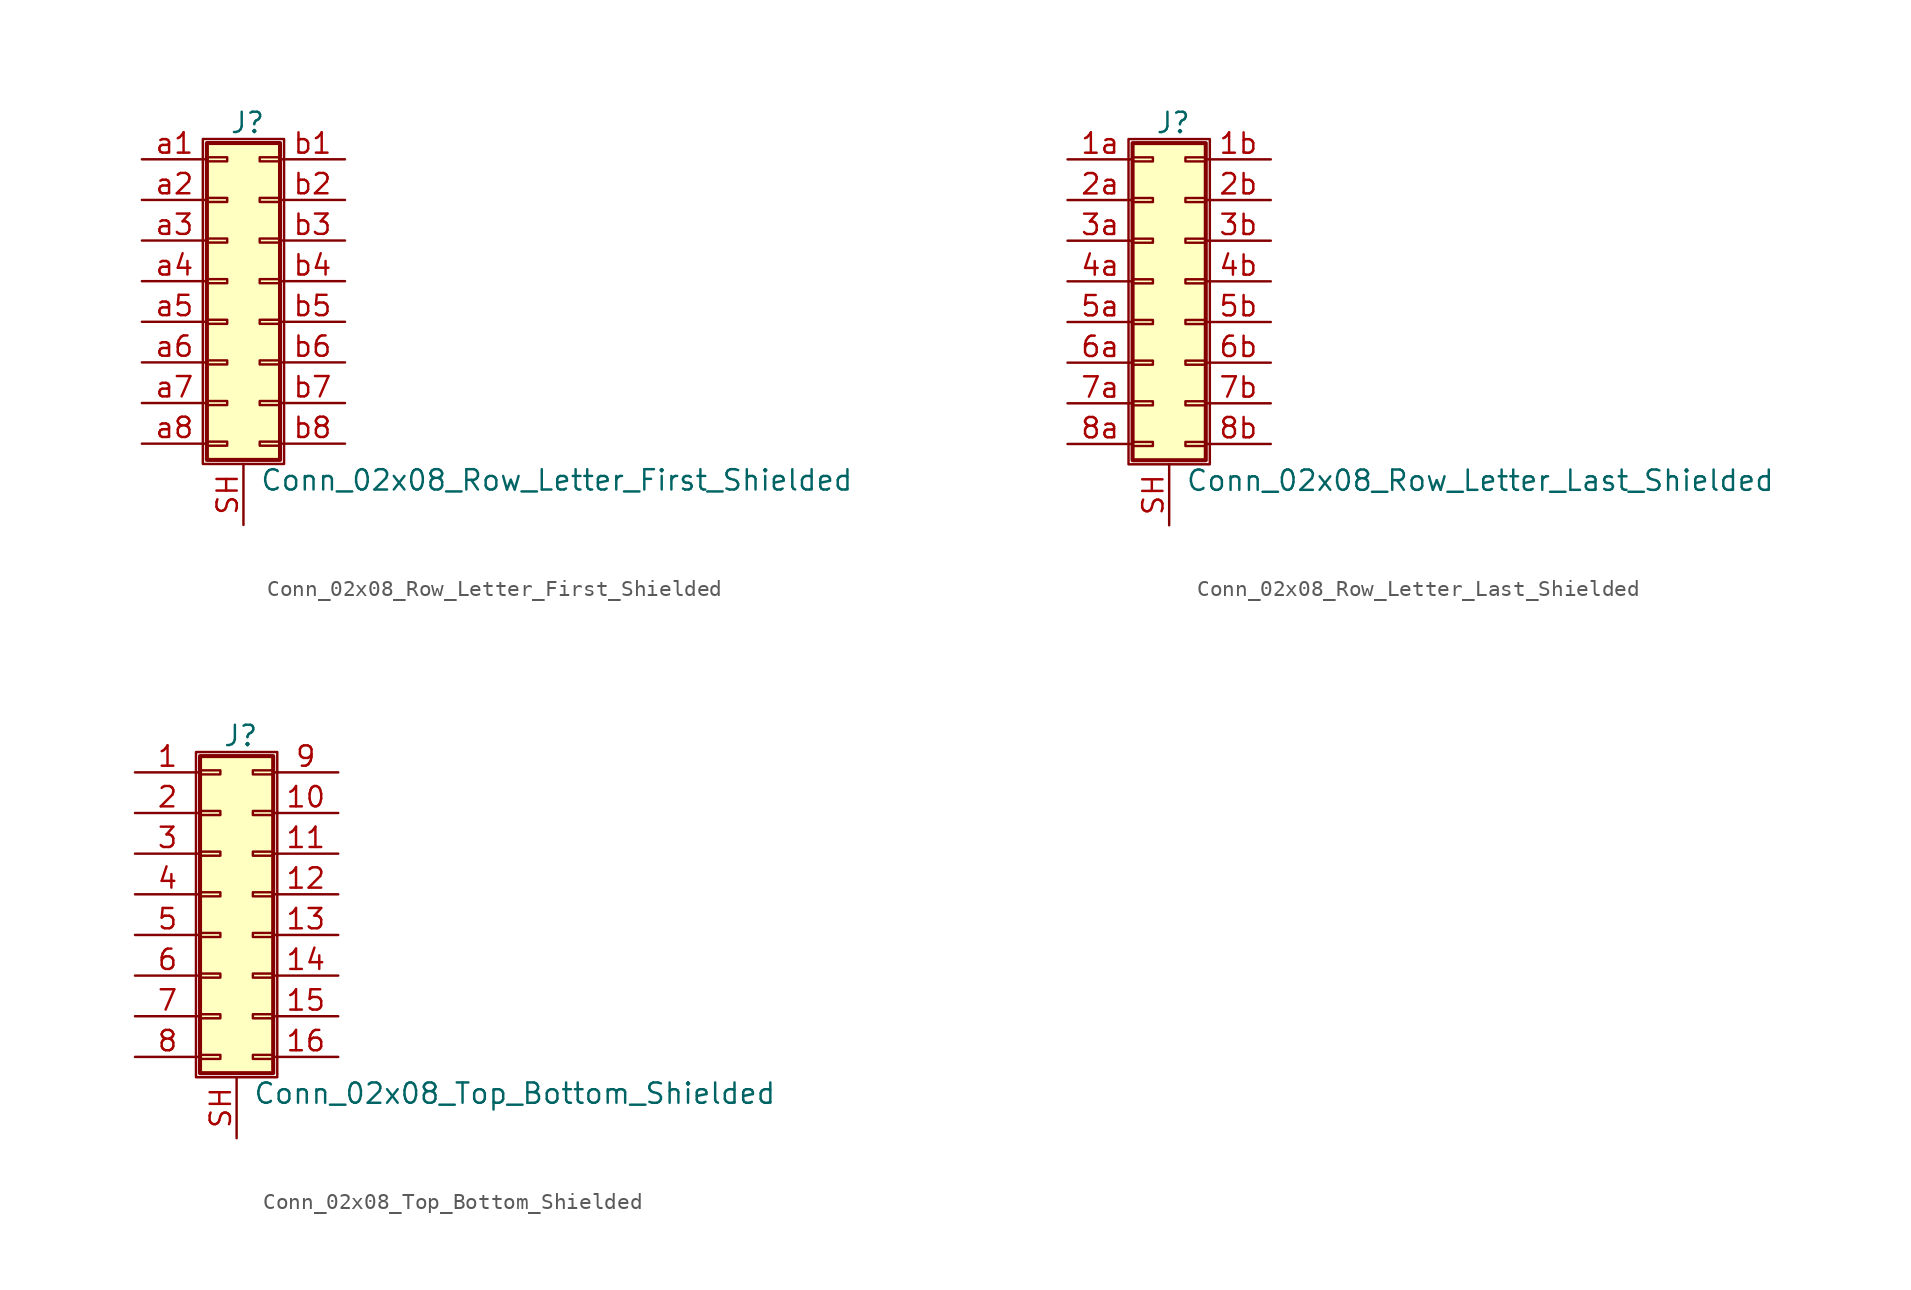
<source format=kicad_sym>
(kicad_symbol_lib
  (version 20201005)
  (generator kicad_symbol_editor)
  (symbol "Conn_02x08_Row_Letter_First_Shielded"
    (pin_names
      (offset 1.016) hide)
    (property "Reference" "J"
      (at 1.524 9.906 0)
      (effects (font (size 1.27 1.27))))
    (property "Value" "Conn_02x08_Row_Letter_First_Shielded"
      (at 2.286 -12.446 0)
      (effects (font (size 1.27 1.27)) (justify left)))
    (symbol "Conn_02x08_Row_Letter_First_Shielded_1_1"
      (rectangle (start -1.27 8.89) (end 3.81 -11.43) (stroke (width 0.152)) (fill (type none)))
      (rectangle (start -1.016 -10.033) (end 0.254 -10.287) (stroke (width 0.152)) (fill (type none)))
      (rectangle (start -1.016 -7.493) (end 0.254 -7.747) (stroke (width 0.152)) (fill (type none)))
      (rectangle (start -1.016 -4.953) (end 0.254 -5.207) (stroke (width 0.152)) (fill (type none)))
      (rectangle (start -1.016 -2.413) (end 0.254 -2.667) (stroke (width 0.152)) (fill (type none)))
      (rectangle (start -1.016 0.127) (end 0.254 -0.127) (stroke (width 0.152)) (fill (type none)))
      (rectangle (start -1.016 2.667) (end 0.254 2.413) (stroke (width 0.152)) (fill (type none)))
      (rectangle (start -1.016 5.207) (end 0.254 4.953) (stroke (width 0.152)) (fill (type none)))
      (rectangle (start -1.016 7.747) (end 0.254 7.493) (stroke (width 0.152)) (fill (type none)))
      (rectangle (start 3.556 -10.033) (end 2.286 -10.287) (stroke (width 0.152)) (fill (type none)))
      (rectangle (start 3.556 -7.493) (end 2.286 -7.747) (stroke (width 0.152)) (fill (type none)))
      (rectangle (start 3.556 -4.953) (end 2.286 -5.207) (stroke (width 0.152)) (fill (type none)))
      (rectangle (start 3.556 -2.413) (end 2.286 -2.667) (stroke (width 0.152)) (fill (type none)))
      (rectangle (start 3.556 0.127) (end 2.286 -0.127) (stroke (width 0.152)) (fill (type none)))
      (rectangle (start 3.556 2.667) (end 2.286 2.413) (stroke (width 0.152)) (fill (type none)))
      (rectangle (start 3.556 5.207) (end 2.286 4.953) (stroke (width 0.152)) (fill (type none)))
      (rectangle (start 3.556 7.747) (end 2.286 7.493) (stroke (width 0.152)) (fill (type none)))
      (rectangle (start -1.016 8.636) (end 3.556 -11.176) (stroke (width 0.254)) (fill (type background)))
      (pin passive line (at 1.27 -15.24 90) (length 3.81) (name "Shield" (effects (font (size 1.27 1.27)))) (number "SH" (effects (font (size 1.27 1.27)))))
      (pin passive line (at -5.08 7.62 0) (length 4.064) (name "Pin_a1" (effects (font (size 1.27 1.27)))) (number "a1" (effects (font (size 1.27 1.27)))))
      (pin passive line (at -5.08 5.08 0) (length 4.064) (name "Pin_a2" (effects (font (size 1.27 1.27)))) (number "a2" (effects (font (size 1.27 1.27)))))
      (pin passive line (at -5.08 2.54 0) (length 4.064) (name "Pin_a3" (effects (font (size 1.27 1.27)))) (number "a3" (effects (font (size 1.27 1.27)))))
      (pin passive line (at -5.08 0 0) (length 4.064) (name "Pin_a4" (effects (font (size 1.27 1.27)))) (number "a4" (effects (font (size 1.27 1.27)))))
      (pin passive line (at -5.08 -2.54 0) (length 4.064) (name "Pin_a5" (effects (font (size 1.27 1.27)))) (number "a5" (effects (font (size 1.27 1.27)))))
      (pin passive line (at -5.08 -5.08 0) (length 4.064) (name "Pin_a6" (effects (font (size 1.27 1.27)))) (number "a6" (effects (font (size 1.27 1.27)))))
      (pin passive line (at -5.08 -7.62 0) (length 4.064) (name "Pin_a7" (effects (font (size 1.27 1.27)))) (number "a7" (effects (font (size 1.27 1.27)))))
      (pin passive line (at -5.08 -10.16 0) (length 4.064) (name "Pin_a8" (effects (font (size 1.27 1.27)))) (number "a8" (effects (font (size 1.27 1.27)))))
      (pin passive line (at 7.62 7.62 180) (length 4.064) (name "Pin_b1" (effects (font (size 1.27 1.27)))) (number "b1" (effects (font (size 1.27 1.27)))))
      (pin passive line (at 7.62 5.08 180) (length 4.064) (name "Pin_b2" (effects (font (size 1.27 1.27)))) (number "b2" (effects (font (size 1.27 1.27)))))
      (pin passive line (at 7.62 2.54 180) (length 4.064) (name "Pin_b3" (effects (font (size 1.27 1.27)))) (number "b3" (effects (font (size 1.27 1.27)))))
      (pin passive line (at 7.62 0 180) (length 4.064) (name "Pin_b4" (effects (font (size 1.27 1.27)))) (number "b4" (effects (font (size 1.27 1.27)))))
      (pin passive line (at 7.62 -2.54 180) (length 4.064) (name "Pin_b5" (effects (font (size 1.27 1.27)))) (number "b5" (effects (font (size 1.27 1.27)))))
      (pin passive line (at 7.62 -5.08 180) (length 4.064) (name "Pin_b6" (effects (font (size 1.27 1.27)))) (number "b6" (effects (font (size 1.27 1.27)))))
      (pin passive line (at 7.62 -7.62 180) (length 4.064) (name "Pin_b7" (effects (font (size 1.27 1.27)))) (number "b7" (effects (font (size 1.27 1.27)))))
      (pin passive line (at 7.62 -10.16 180) (length 4.064) (name "Pin_b8" (effects (font (size 1.27 1.27)))) (number "b8" (effects (font (size 1.27 1.27)))))))
  (symbol "Conn_02x08_Row_Letter_Last_Shielded"
    (pin_names
      (offset 1.016) hide)
    (property "Reference" "J"
      (at 1.524 9.906 0)
      (effects (font (size 1.27 1.27))))
    (property "Value" "Conn_02x08_Row_Letter_Last_Shielded"
      (at 2.286 -12.446 0)
      (effects (font (size 1.27 1.27)) (justify left)))
    (symbol "Conn_02x08_Row_Letter_Last_Shielded_1_1"
      (rectangle (start -1.27 8.89) (end 3.81 -11.43) (stroke (width 0.152)) (fill (type none)))
      (rectangle (start -1.016 -10.033) (end 0.254 -10.287) (stroke (width 0.152)) (fill (type none)))
      (rectangle (start -1.016 -7.493) (end 0.254 -7.747) (stroke (width 0.152)) (fill (type none)))
      (rectangle (start -1.016 -4.953) (end 0.254 -5.207) (stroke (width 0.152)) (fill (type none)))
      (rectangle (start -1.016 -2.413) (end 0.254 -2.667) (stroke (width 0.152)) (fill (type none)))
      (rectangle (start -1.016 0.127) (end 0.254 -0.127) (stroke (width 0.152)) (fill (type none)))
      (rectangle (start -1.016 2.667) (end 0.254 2.413) (stroke (width 0.152)) (fill (type none)))
      (rectangle (start -1.016 5.207) (end 0.254 4.953) (stroke (width 0.152)) (fill (type none)))
      (rectangle (start -1.016 7.747) (end 0.254 7.493) (stroke (width 0.152)) (fill (type none)))
      (rectangle (start 3.556 -10.033) (end 2.286 -10.287) (stroke (width 0.152)) (fill (type none)))
      (rectangle (start 3.556 -7.493) (end 2.286 -7.747) (stroke (width 0.152)) (fill (type none)))
      (rectangle (start 3.556 -4.953) (end 2.286 -5.207) (stroke (width 0.152)) (fill (type none)))
      (rectangle (start 3.556 -2.413) (end 2.286 -2.667) (stroke (width 0.152)) (fill (type none)))
      (rectangle (start 3.556 0.127) (end 2.286 -0.127) (stroke (width 0.152)) (fill (type none)))
      (rectangle (start 3.556 2.667) (end 2.286 2.413) (stroke (width 0.152)) (fill (type none)))
      (rectangle (start 3.556 5.207) (end 2.286 4.953) (stroke (width 0.152)) (fill (type none)))
      (rectangle (start 3.556 7.747) (end 2.286 7.493) (stroke (width 0.152)) (fill (type none)))
      (rectangle (start -1.016 8.636) (end 3.556 -11.176) (stroke (width 0.254)) (fill (type background)))
      (pin passive line (at -5.08 7.62 0) (length 4.064) (name "Pin_1a" (effects (font (size 1.27 1.27)))) (number "1a" (effects (font (size 1.27 1.27)))))
      (pin passive line (at 7.62 7.62 180) (length 4.064) (name "Pin_1b" (effects (font (size 1.27 1.27)))) (number "1b" (effects (font (size 1.27 1.27)))))
      (pin passive line (at -5.08 5.08 0) (length 4.064) (name "Pin_2a" (effects (font (size 1.27 1.27)))) (number "2a" (effects (font (size 1.27 1.27)))))
      (pin passive line (at 7.62 5.08 180) (length 4.064) (name "Pin_2b" (effects (font (size 1.27 1.27)))) (number "2b" (effects (font (size 1.27 1.27)))))
      (pin passive line (at -5.08 2.54 0) (length 4.064) (name "Pin_3a" (effects (font (size 1.27 1.27)))) (number "3a" (effects (font (size 1.27 1.27)))))
      (pin passive line (at 7.62 2.54 180) (length 4.064) (name "Pin_3b" (effects (font (size 1.27 1.27)))) (number "3b" (effects (font (size 1.27 1.27)))))
      (pin passive line (at -5.08 0 0) (length 4.064) (name "Pin_4a" (effects (font (size 1.27 1.27)))) (number "4a" (effects (font (size 1.27 1.27)))))
      (pin passive line (at 7.62 0 180) (length 4.064) (name "Pin_4b" (effects (font (size 1.27 1.27)))) (number "4b" (effects (font (size 1.27 1.27)))))
      (pin passive line (at -5.08 -2.54 0) (length 4.064) (name "Pin_5a" (effects (font (size 1.27 1.27)))) (number "5a" (effects (font (size 1.27 1.27)))))
      (pin passive line (at 7.62 -2.54 180) (length 4.064) (name "Pin_5b" (effects (font (size 1.27 1.27)))) (number "5b" (effects (font (size 1.27 1.27)))))
      (pin passive line (at -5.08 -5.08 0) (length 4.064) (name "Pin_6a" (effects (font (size 1.27 1.27)))) (number "6a" (effects (font (size 1.27 1.27)))))
      (pin passive line (at 7.62 -5.08 180) (length 4.064) (name "Pin_6b" (effects (font (size 1.27 1.27)))) (number "6b" (effects (font (size 1.27 1.27)))))
      (pin passive line (at -5.08 -7.62 0) (length 4.064) (name "Pin_7a" (effects (font (size 1.27 1.27)))) (number "7a" (effects (font (size 1.27 1.27)))))
      (pin passive line (at 7.62 -7.62 180) (length 4.064) (name "Pin_7b" (effects (font (size 1.27 1.27)))) (number "7b" (effects (font (size 1.27 1.27)))))
      (pin passive line (at -5.08 -10.16 0) (length 4.064) (name "Pin_8a" (effects (font (size 1.27 1.27)))) (number "8a" (effects (font (size 1.27 1.27)))))
      (pin passive line (at 7.62 -10.16 180) (length 4.064) (name "Pin_8b" (effects (font (size 1.27 1.27)))) (number "8b" (effects (font (size 1.27 1.27)))))
      (pin passive line (at 1.27 -15.24 90) (length 3.81) (name "Shield" (effects (font (size 1.27 1.27)))) (number "SH" (effects (font (size 1.27 1.27)))))))
  (symbol "Conn_02x08_Top_Bottom_Shielded"
    (pin_names
      (offset 1.016) hide)
    (property "Reference" "J"
      (at 1.524 9.906 0)
      (effects (font (size 1.27 1.27))))
    (property "Value" "Conn_02x08_Top_Bottom_Shielded"
      (at 2.286 -12.446 0)
      (effects (font (size 1.27 1.27)) (justify left)))
    (symbol "Conn_02x08_Top_Bottom_Shielded_1_1"
      (rectangle (start -1.27 8.89) (end 3.81 -11.43) (stroke (width 0.152)) (fill (type none)))
      (rectangle (start -1.016 -10.033) (end 0.254 -10.287) (stroke (width 0.152)) (fill (type none)))
      (rectangle (start -1.016 -7.493) (end 0.254 -7.747) (stroke (width 0.152)) (fill (type none)))
      (rectangle (start -1.016 -4.953) (end 0.254 -5.207) (stroke (width 0.152)) (fill (type none)))
      (rectangle (start -1.016 -2.413) (end 0.254 -2.667) (stroke (width 0.152)) (fill (type none)))
      (rectangle (start -1.016 0.127) (end 0.254 -0.127) (stroke (width 0.152)) (fill (type none)))
      (rectangle (start -1.016 2.667) (end 0.254 2.413) (stroke (width 0.152)) (fill (type none)))
      (rectangle (start -1.016 5.207) (end 0.254 4.953) (stroke (width 0.152)) (fill (type none)))
      (rectangle (start -1.016 7.747) (end 0.254 7.493) (stroke (width 0.152)) (fill (type none)))
      (rectangle (start 3.556 -10.033) (end 2.286 -10.287) (stroke (width 0.152)) (fill (type none)))
      (rectangle (start 3.556 -7.493) (end 2.286 -7.747) (stroke (width 0.152)) (fill (type none)))
      (rectangle (start 3.556 -4.953) (end 2.286 -5.207) (stroke (width 0.152)) (fill (type none)))
      (rectangle (start 3.556 -2.413) (end 2.286 -2.667) (stroke (width 0.152)) (fill (type none)))
      (rectangle (start 3.556 0.127) (end 2.286 -0.127) (stroke (width 0.152)) (fill (type none)))
      (rectangle (start 3.556 2.667) (end 2.286 2.413) (stroke (width 0.152)) (fill (type none)))
      (rectangle (start 3.556 5.207) (end 2.286 4.953) (stroke (width 0.152)) (fill (type none)))
      (rectangle (start 3.556 7.747) (end 2.286 7.493) (stroke (width 0.152)) (fill (type none)))
      (rectangle (start -1.016 8.636) (end 3.556 -11.176) (stroke (width 0.254)) (fill (type background)))
      (pin passive line (at -5.08 7.62 0) (length 4.064) (name "Pin_1" (effects (font (size 1.27 1.27)))) (number "1" (effects (font (size 1.27 1.27)))))
      (pin passive line (at 7.62 5.08 180) (length 4.064) (name "Pin_10" (effects (font (size 1.27 1.27)))) (number "10" (effects (font (size 1.27 1.27)))))
      (pin passive line (at 7.62 2.54 180) (length 4.064) (name "Pin_11" (effects (font (size 1.27 1.27)))) (number "11" (effects (font (size 1.27 1.27)))))
      (pin passive line (at 7.62 0 180) (length 4.064) (name "Pin_12" (effects (font (size 1.27 1.27)))) (number "12" (effects (font (size 1.27 1.27)))))
      (pin passive line (at 7.62 -2.54 180) (length 4.064) (name "Pin_13" (effects (font (size 1.27 1.27)))) (number "13" (effects (font (size 1.27 1.27)))))
      (pin passive line (at 7.62 -5.08 180) (length 4.064) (name "Pin_14" (effects (font (size 1.27 1.27)))) (number "14" (effects (font (size 1.27 1.27)))))
      (pin passive line (at 7.62 -7.62 180) (length 4.064) (name "Pin_15" (effects (font (size 1.27 1.27)))) (number "15" (effects (font (size 1.27 1.27)))))
      (pin passive line (at 7.62 -10.16 180) (length 4.064) (name "Pin_16" (effects (font (size 1.27 1.27)))) (number "16" (effects (font (size 1.27 1.27)))))
      (pin passive line (at -5.08 5.08 0) (length 4.064) (name "Pin_2" (effects (font (size 1.27 1.27)))) (number "2" (effects (font (size 1.27 1.27)))))
      (pin passive line (at -5.08 2.54 0) (length 4.064) (name "Pin_3" (effects (font (size 1.27 1.27)))) (number "3" (effects (font (size 1.27 1.27)))))
      (pin passive line (at -5.08 0 0) (length 4.064) (name "Pin_4" (effects (font (size 1.27 1.27)))) (number "4" (effects (font (size 1.27 1.27)))))
      (pin passive line (at -5.08 -2.54 0) (length 4.064) (name "Pin_5" (effects (font (size 1.27 1.27)))) (number "5" (effects (font (size 1.27 1.27)))))
      (pin passive line (at -5.08 -5.08 0) (length 4.064) (name "Pin_6" (effects (font (size 1.27 1.27)))) (number "6" (effects (font (size 1.27 1.27)))))
      (pin passive line (at -5.08 -7.62 0) (length 4.064) (name "Pin_7" (effects (font (size 1.27 1.27)))) (number "7" (effects (font (size 1.27 1.27)))))
      (pin passive line (at -5.08 -10.16 0) (length 4.064) (name "Pin_8" (effects (font (size 1.27 1.27)))) (number "8" (effects (font (size 1.27 1.27)))))
      (pin passive line (at 7.62 7.62 180) (length 4.064) (name "Pin_9" (effects (font (size 1.27 1.27)))) (number "9" (effects (font (size 1.27 1.27)))))
      (pin passive line (at 1.27 -15.24 90) (length 3.81) (name "Shield" (effects (font (size 1.27 1.27)))) (number "SH" (effects (font (size 1.27 1.27))))))))
</source>
